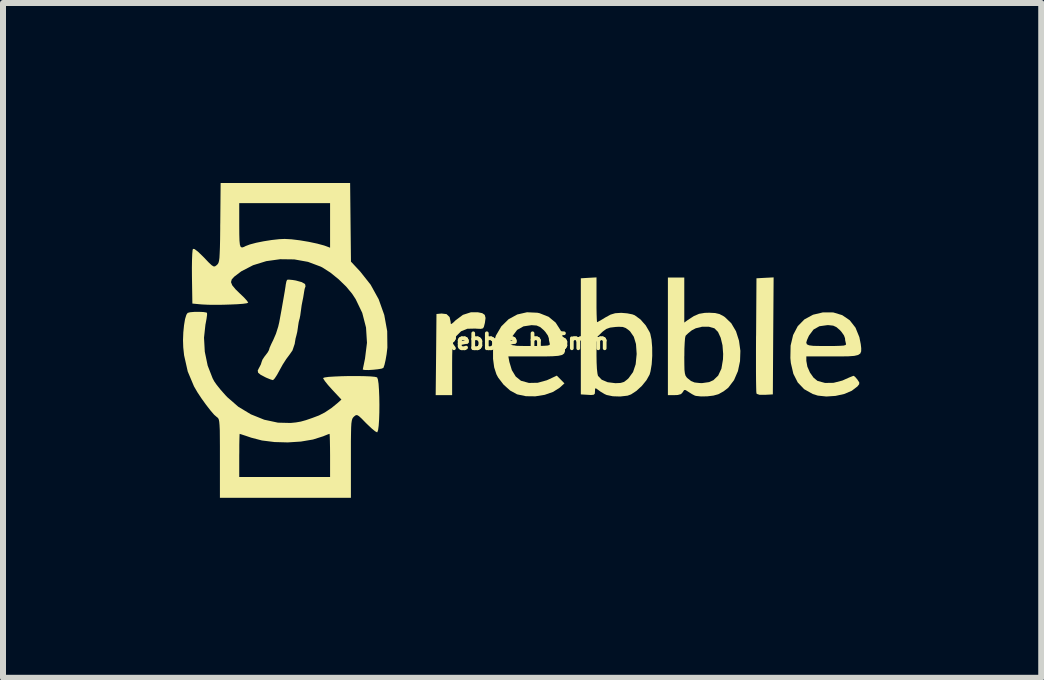
<source format=kicad_pcb>
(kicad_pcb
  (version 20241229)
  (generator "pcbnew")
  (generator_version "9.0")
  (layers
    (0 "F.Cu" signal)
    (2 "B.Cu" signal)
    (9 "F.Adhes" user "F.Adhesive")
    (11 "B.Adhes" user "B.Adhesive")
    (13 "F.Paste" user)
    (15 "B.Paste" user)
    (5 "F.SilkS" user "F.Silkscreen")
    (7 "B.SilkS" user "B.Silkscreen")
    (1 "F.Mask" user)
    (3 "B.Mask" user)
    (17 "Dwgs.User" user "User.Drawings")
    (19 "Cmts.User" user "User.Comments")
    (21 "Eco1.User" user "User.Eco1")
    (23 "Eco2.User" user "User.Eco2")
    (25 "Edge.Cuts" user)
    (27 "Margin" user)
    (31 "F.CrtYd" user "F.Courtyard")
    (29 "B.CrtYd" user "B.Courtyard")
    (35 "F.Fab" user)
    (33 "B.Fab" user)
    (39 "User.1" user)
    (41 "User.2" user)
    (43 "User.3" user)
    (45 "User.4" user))
  (footprint "Rebble_h_6mm"
    (layer "F.Cu")
    (at 5.7 2.642)
    (property "Reference" "Rebble_h_6mm" (at 0 0 0) (layer "F.SilkS") (effects (font (size 0.25 0.25) (thickness 0.062))))
    (attr board_only exclude_from_pos_files exclude_from_bom)
    (fp_poly (pts (xy 4.136 -0.094) (xy 4.13 0.881) (xy 3.999 0.888) (xy 3.91 0.888) (xy 3.864 0.873) (xy 3.857 0.863) (xy 3.854 0.832) (xy 3.852 0.757) (xy 3.85 0.643) (xy 3.849 0.496) (xy 3.849 0.323) (xy 3.849 0.128) (xy 3.85 -0.082) (xy 3.851 -0.112) (xy 3.857 -1.054) (xy 4 -1.062) (xy 4.143 -1.069)) (stroke (width 0) (type solid)) (fill yes) (layer "F.SilkS"))
    (fp_poly (pts (xy -0.713 -0.473) (xy -0.671 -0.444) (xy -0.658 -0.393) (xy -0.669 -0.31) (xy -0.686 -0.244) (xy -0.701 -0.22) (xy -0.737 -0.211) (xy -0.806 -0.214) (xy -0.827 -0.216) (xy -0.961 -0.213) (xy -1.066 -0.171) (xy -1.149 -0.088) (xy -1.163 -0.066) (xy -1.182 -0.032) (xy -1.196 0.006) (xy -1.205 0.056) (xy -1.211 0.126) (xy -1.214 0.224) (xy -1.215 0.359) (xy -1.215 0.456) (xy -1.215 0.893) (xy -1.352 0.893) (xy -1.489 0.893) (xy -1.482 0.217) (xy -1.476 -0.459) (xy -1.39 -0.467) (xy -1.308 -0.457) (xy -1.257 -0.408) (xy -1.24 -0.329) (xy -1.238 -0.297) (xy -1.225 -0.293) (xy -1.193 -0.319) (xy -1.155 -0.356) (xy -1.035 -0.445) (xy -0.901 -0.488) (xy -0.787 -0.488)) (stroke (width 0) (type solid)) (fill yes) (layer "F.SilkS"))
    (fp_poly (pts (xy -3.873 -1.026) (xy -3.819 -1.017) (xy -3.721 -0.99) (xy -3.666 -0.958) (xy -3.658 -0.92) (xy -3.661 -0.913) (xy -3.673 -0.877) (xy -3.684 -0.817) (xy -3.684 -0.813) (xy -3.697 -0.734) (xy -3.71 -0.67) (xy -3.723 -0.603) (xy -3.734 -0.521) (xy -3.736 -0.508) (xy -3.746 -0.435) (xy -3.757 -0.38) (xy -3.76 -0.372) (xy -3.772 -0.324) (xy -3.783 -0.253) (xy -3.785 -0.236) (xy -3.796 -0.162) (xy -3.809 -0.107) (xy -3.811 -0.099) (xy -3.824 -0.051) (xy -3.836 0.02) (xy -3.838 0.037) (xy -3.876 0.149) (xy -3.928 0.223) (xy -3.979 0.291) (xy -4.038 0.383) (xy -4.09 0.477) (xy -4.134 0.557) (xy -4.173 0.616) (xy -4.199 0.642) (xy -4.202 0.643) (xy -4.24 0.632) (xy -4.302 0.607) (xy -4.324 0.597) (xy -4.406 0.554) (xy -4.448 0.52) (xy -4.455 0.483) (xy -4.432 0.437) (xy -4.431 0.436) (xy -4.402 0.38) (xy -4.39 0.34) (xy -4.375 0.3) (xy -4.338 0.245) (xy -4.328 0.233) (xy -4.288 0.18) (xy -4.267 0.141) (xy -4.266 0.136) (xy -4.256 0.102) (xy -4.228 0.039) (xy -4.196 -0.026) (xy -4.151 -0.13) (xy -4.113 -0.25) (xy -4.096 -0.323) (xy -4.058 -0.53) (xy -4.028 -0.702) (xy -4.005 -0.834) (xy -3.991 -0.923) (xy -3.988 -0.948) (xy -3.977 -1.002) (xy -3.965 -1.029) (xy -3.936 -1.032)) (stroke (width 0) (type solid)) (fill yes) (layer "F.SilkS"))
    (fp_poly (pts (xy 0.206 -0.48) (xy 0.243 -0.472) (xy 0.392 -0.413) (xy 0.51 -0.316) (xy 0.596 -0.182) (xy 0.65 -0.011) (xy 0.659 0.047) (xy 0.667 0.114) (xy 0.666 0.164) (xy 0.651 0.2) (xy 0.616 0.224) (xy 0.554 0.238) (xy 0.46 0.245) (xy 0.328 0.248) (xy 0.168 0.248) (xy -0.278 0.248) (xy -0.261 0.34) (xy -0.22 0.476) (xy -0.155 0.583) (xy -0.071 0.651) (xy -0.066 0.654) (xy 0.065 0.69) (xy 0.212 0.687) (xy 0.364 0.645) (xy 0.395 0.631) (xy 0.53 0.568) (xy 0.594 0.633) (xy 0.657 0.697) (xy 0.578 0.769) (xy 0.468 0.839) (xy 0.328 0.888) (xy 0.172 0.913) (xy 0.015 0.911) (xy -0.128 0.881) (xy -0.136 0.878) (xy -0.249 0.816) (xy -0.357 0.719) (xy -0.448 0.6) (xy -0.477 0.546) (xy -0.514 0.431) (xy -0.533 0.289) (xy -0.533 0.137) (xy -0.517 0.017) (xy -0.249 0.017) (xy -0.24 0.046) (xy -0.203 0.063) (xy -0.132 0.072) (xy -0.022 0.074) (xy 0.089 0.074) (xy 0.225 0.074) (xy 0.318 0.071) (xy 0.376 0.067) (xy 0.406 0.058) (xy 0.414 0.045) (xy 0.412 0.035) (xy 0.399 -0.023) (xy 0.397 -0.054) (xy 0.38 -0.101) (xy 0.338 -0.161) (xy 0.313 -0.189) (xy 0.251 -0.242) (xy 0.193 -0.267) (xy 0.112 -0.273) (xy 0.108 -0.273) (xy -0.026 -0.253) (xy -0.131 -0.194) (xy -0.204 -0.097) (xy -0.207 -0.092) (xy -0.236 -0.028) (xy -0.249 0.017) (xy -0.517 0.017) (xy -0.515 -0.004) (xy -0.485 -0.1) (xy -0.395 -0.253) (xy -0.274 -0.372) (xy -0.129 -0.451) (xy 0.033 -0.488)) (stroke (width 0) (type solid)) (fill yes) (layer "F.SilkS"))
    (fp_poly (pts (xy 2.654 -0.692) (xy 2.654 -0.316) (xy 2.71 -0.357) (xy 2.813 -0.424) (xy 2.901 -0.462) (xy 2.996 -0.478) (xy 3.071 -0.48) (xy 3.169 -0.475) (xy 3.241 -0.458) (xy 3.309 -0.422) (xy 3.331 -0.407) (xy 3.437 -0.305) (xy 3.516 -0.171) (xy 3.566 -0.014) (xy 3.589 0.155) (xy 3.583 0.327) (xy 3.548 0.493) (xy 3.483 0.643) (xy 3.389 0.767) (xy 3.382 0.774) (xy 3.309 0.83) (xy 3.226 0.876) (xy 3.219 0.879) (xy 3.139 0.901) (xy 3.037 0.913) (xy 2.932 0.915) (xy 2.848 0.906) (xy 2.828 0.9) (xy 2.782 0.876) (xy 2.724 0.839) (xy 2.677 0.809) (xy 2.652 0.808) (xy 2.632 0.838) (xy 2.63 0.843) (xy 2.599 0.876) (xy 2.544 0.891) (xy 2.492 0.893) (xy 2.381 0.893) (xy 2.381 0.25) (xy 2.654 0.25) (xy 2.655 0.38) (xy 2.657 0.471) (xy 2.664 0.53) (xy 2.675 0.569) (xy 2.693 0.596) (xy 2.71 0.613) (xy 2.767 0.658) (xy 2.825 0.682) (xy 2.904 0.691) (xy 2.949 0.693) (xy 3.068 0.676) (xy 3.139 0.644) (xy 3.219 0.567) (xy 3.273 0.452) (xy 3.299 0.297) (xy 3.302 0.207) (xy 3.291 0.063) (xy 3.261 -0.062) (xy 3.216 -0.16) (xy 3.158 -0.219) (xy 3.154 -0.221) (xy 3.063 -0.247) (xy 2.952 -0.247) (xy 2.845 -0.221) (xy 2.778 -0.186) (xy 2.721 -0.14) (xy 2.68 -0.101) (xy 2.675 -0.093) (xy 2.667 -0.058) (xy 2.661 0.017) (xy 2.656 0.12) (xy 2.655 0.241) (xy 2.654 0.25) (xy 2.381 0.25) (xy 2.381 -0.087) (xy 2.381 -1.067) (xy 2.518 -1.067) (xy 2.654 -1.067)) (stroke (width 0) (type solid)) (fill yes) (layer "F.SilkS"))
    (fp_poly (pts (xy 5.137 -0.485) (xy 5.286 -0.44) (xy 5.411 -0.355) (xy 5.507 -0.232) (xy 5.572 -0.073) (xy 5.595 0.043) (xy 5.603 0.112) (xy 5.602 0.164) (xy 5.587 0.2) (xy 5.551 0.224) (xy 5.488 0.239) (xy 5.392 0.246) (xy 5.258 0.248) (xy 5.119 0.248) (xy 4.688 0.248) (xy 4.688 0.322) (xy 4.705 0.418) (xy 4.749 0.518) (xy 4.81 0.604) (xy 4.876 0.657) (xy 5 0.69) (xy 5.142 0.688) (xy 5.289 0.65) (xy 5.329 0.632) (xy 5.403 0.599) (xy 5.458 0.577) (xy 5.478 0.571) (xy 5.502 0.59) (xy 5.539 0.633) (xy 5.54 0.635) (xy 5.57 0.681) (xy 5.569 0.711) (xy 5.54 0.748) (xy 5.446 0.82) (xy 5.32 0.874) (xy 5.174 0.906) (xy 5.022 0.916) (xy 4.879 0.901) (xy 4.794 0.874) (xy 4.652 0.794) (xy 4.545 0.682) (xy 4.472 0.538) (xy 4.43 0.358) (xy 4.422 0.275) (xy 4.426 0.068) (xy 4.438 0.017) (xy 4.687 0.017) (xy 4.697 0.046) (xy 4.734 0.063) (xy 4.805 0.072) (xy 4.915 0.074) (xy 5.026 0.074) (xy 5.161 0.074) (xy 5.255 0.071) (xy 5.312 0.067) (xy 5.342 0.058) (xy 5.35 0.045) (xy 5.348 0.035) (xy 5.335 -0.023) (xy 5.333 -0.054) (xy 5.316 -0.101) (xy 5.274 -0.161) (xy 5.249 -0.189) (xy 5.19 -0.24) (xy 5.136 -0.265) (xy 5.062 -0.273) (xy 5.035 -0.273) (xy 4.906 -0.255) (xy 4.808 -0.2) (xy 4.736 -0.104) (xy 4.728 -0.09) (xy 4.7 -0.027) (xy 4.687 0.017) (xy 4.438 0.017) (xy 4.468 -0.109) (xy 4.545 -0.256) (xy 4.656 -0.369) (xy 4.8 -0.447) (xy 4.965 -0.486)) (stroke (width 0) (type solid)) (fill yes) (layer "F.SilkS"))
    (fp_poly (pts (xy 1.191 -0.696) (xy 1.191 -0.566) (xy 1.193 -0.456) (xy 1.196 -0.374) (xy 1.199 -0.329) (xy 1.201 -0.322) (xy 1.226 -0.335) (xy 1.281 -0.366) (xy 1.338 -0.401) (xy 1.426 -0.449) (xy 1.503 -0.472) (xy 1.597 -0.478) (xy 1.609 -0.478) (xy 1.703 -0.47) (xy 1.789 -0.453) (xy 1.828 -0.438) (xy 1.924 -0.368) (xy 2.012 -0.268) (xy 2.076 -0.158) (xy 2.087 -0.132) (xy 2.108 -0.033) (xy 2.119 0.096) (xy 2.12 0.24) (xy 2.111 0.379) (xy 2.091 0.498) (xy 2.076 0.551) (xy 2.024 0.644) (xy 1.947 0.739) (xy 1.857 0.822) (xy 1.767 0.881) (xy 1.709 0.902) (xy 1.586 0.916) (xy 1.463 0.912) (xy 1.361 0.891) (xy 1.327 0.876) (xy 1.261 0.837) (xy 1.209 0.799) (xy 1.178 0.777) (xy 1.167 0.792) (xy 1.166 0.828) (xy 1.163 0.869) (xy 1.144 0.887) (xy 1.098 0.891) (xy 1.048 0.888) (xy 0.93 0.881) (xy 0.93 -0.065) (xy 1.191 -0.065) (xy 1.191 0.23) (xy 1.193 0.35) (xy 1.198 0.455) (xy 1.207 0.533) (xy 1.216 0.572) (xy 1.278 0.636) (xy 1.377 0.678) (xy 1.507 0.694) (xy 1.509 0.694) (xy 1.593 0.69) (xy 1.65 0.673) (xy 1.701 0.634) (xy 1.724 0.613) (xy 1.8 0.509) (xy 1.844 0.378) (xy 1.86 0.213) (xy 1.86 0.198) (xy 1.849 0.041) (xy 1.813 -0.079) (xy 1.751 -0.169) (xy 1.731 -0.187) (xy 1.679 -0.225) (xy 1.629 -0.243) (xy 1.561 -0.246) (xy 1.508 -0.243) (xy 1.417 -0.232) (xy 1.353 -0.209) (xy 1.295 -0.166) (xy 1.277 -0.149) (xy 1.191 -0.065) (xy 0.93 -0.065) (xy 0.93 -0.087) (xy 0.93 -1.054) (xy 1.06 -1.062) (xy 1.191 -1.069)) (stroke (width 0) (type solid)) (fill yes) (layer "F.SilkS"))
    (fp_poly (pts (xy -2.908 -1.987) (xy -2.901 -1.332) (xy -2.747 -1.167) (xy -2.573 -0.947) (xy -2.439 -0.704) (xy -2.346 -0.443) (xy -2.297 -0.173) (xy -2.294 0.1) (xy -2.307 0.211) (xy -2.324 0.308) (xy -2.342 0.387) (xy -2.359 0.435) (xy -2.362 0.44) (xy -2.392 0.452) (xy -2.453 0.462) (xy -2.53 0.47) (xy -2.607 0.475) (xy -2.67 0.474) (xy -2.702 0.468) (xy -2.704 0.465) (xy -2.699 0.44) (xy -2.686 0.378) (xy -2.669 0.294) (xy -2.667 0.285) (xy -2.634 0.021) (xy -2.65 -0.234) (xy -2.713 -0.478) (xy -2.823 -0.707) (xy -2.882 -0.797) (xy -2.982 -0.917) (xy -3.108 -1.039) (xy -3.244 -1.149) (xy -3.375 -1.233) (xy -3.404 -1.248) (xy -3.617 -1.328) (xy -3.846 -1.369) (xy -4.081 -1.372) (xy -4.312 -1.34) (xy -4.532 -1.272) (xy -4.729 -1.17) (xy -4.845 -1.082) (xy -4.888 -1.035) (xy -4.9 -0.99) (xy -4.88 -0.938) (xy -4.825 -0.871) (xy -4.749 -0.797) (xy -4.683 -0.734) (xy -4.635 -0.681) (xy -4.614 -0.65) (xy -4.614 -0.648) (xy -4.637 -0.638) (xy -4.7 -0.629) (xy -4.794 -0.622) (xy -4.908 -0.617) (xy -5.033 -0.613) (xy -5.16 -0.612) (xy -5.279 -0.613) (xy -5.38 -0.618) (xy -5.407 -0.62) (xy -5.544 -0.633) (xy -5.551 -1.077) (xy -5.552 -1.23) (xy -5.55 -1.36) (xy -5.546 -1.461) (xy -5.54 -1.525) (xy -5.534 -1.545) (xy -5.506 -1.54) (xy -5.451 -1.498) (xy -5.374 -1.424) (xy -5.349 -1.399) (xy -5.274 -1.32) (xy -5.224 -1.273) (xy -5.191 -1.252) (xy -5.168 -1.252) (xy -5.144 -1.269) (xy -5.137 -1.275) (xy -5.121 -1.291) (xy -5.109 -1.312) (xy -5.1 -1.344) (xy -5.093 -1.393) (xy -5.089 -1.465) (xy -5.085 -1.565) (xy -5.082 -1.7) (xy -5.08 -1.875) (xy -5.08 -1.935) (xy -4.763 -1.935) (xy -4.762 -1.786) (xy -4.759 -1.681) (xy -4.752 -1.614) (xy -4.739 -1.578) (xy -4.717 -1.567) (xy -4.686 -1.576) (xy -4.655 -1.592) (xy -4.586 -1.618) (xy -4.481 -1.646) (xy -4.356 -1.671) (xy -4.223 -1.692) (xy -4.097 -1.706) (xy -4.006 -1.71) (xy -3.893 -1.704) (xy -3.754 -1.687) (xy -3.605 -1.662) (xy -3.464 -1.632) (xy -3.349 -1.601) (xy -3.318 -1.59) (xy -3.249 -1.564) (xy -3.249 -1.935) (xy -3.249 -2.307) (xy -4.006 -2.307) (xy -4.763 -2.307) (xy -4.763 -1.935) (xy -5.08 -1.935) (xy -5.079 -1.982) (xy -5.073 -2.642) (xy -3.994 -2.642) (xy -2.915 -2.642)) (stroke (width 0) (type solid)) (fill yes) (layer "F.SilkS"))
    (fp_poly (pts (xy -5.362 -0.492) (xy -5.312 -0.484) (xy -5.3 -0.477) (xy -5.299 -0.446) (xy -5.308 -0.379) (xy -5.324 -0.292) (xy -5.326 -0.285) (xy -5.35 -0.064) (xy -5.337 0.17) (xy -5.289 0.401) (xy -5.207 0.612) (xy -5.18 0.663) (xy -5.138 0.723) (xy -5.073 0.804) (xy -4.995 0.892) (xy -4.963 0.926) (xy -4.778 1.087) (xy -4.569 1.213) (xy -4.346 1.303) (xy -4.117 1.352) (xy -3.907 1.357) (xy -3.818 1.348) (xy -3.737 1.334) (xy -3.651 1.31) (xy -3.544 1.273) (xy -3.435 1.232) (xy -3.337 1.182) (xy -3.226 1.108) (xy -3.124 1.025) (xy -3.06 0.967) (xy -3.216 0.8) (xy -3.284 0.724) (xy -3.335 0.66) (xy -3.362 0.618) (xy -3.365 0.608) (xy -3.338 0.598) (xy -3.272 0.589) (xy -3.175 0.583) (xy -3.058 0.578) (xy -2.93 0.575) (xy -2.8 0.575) (xy -2.68 0.577) (xy -2.577 0.581) (xy -2.503 0.588) (xy -2.466 0.597) (xy -2.465 0.598) (xy -2.452 0.632) (xy -2.441 0.704) (xy -2.434 0.804) (xy -2.429 0.924) (xy -2.427 1.053) (xy -2.428 1.182) (xy -2.432 1.301) (xy -2.439 1.402) (xy -2.449 1.476) (xy -2.462 1.511) (xy -2.466 1.513) (xy -2.498 1.496) (xy -2.553 1.451) (xy -2.622 1.386) (xy -2.65 1.359) (xy -2.722 1.285) (xy -2.769 1.242) (xy -2.8 1.225) (xy -2.823 1.229) (xy -2.849 1.249) (xy -2.851 1.251) (xy -2.866 1.267) (xy -2.878 1.287) (xy -2.887 1.318) (xy -2.894 1.365) (xy -2.898 1.434) (xy -2.9 1.532) (xy -2.902 1.663) (xy -2.902 1.836) (xy -2.902 1.951) (xy -2.902 2.604) (xy -3.994 2.604) (xy -5.085 2.604) (xy -5.085 1.947) (xy -5.085 1.898) (xy -4.763 1.898) (xy -4.763 2.257) (xy -4.006 2.257) (xy -3.249 2.257) (xy -3.249 1.898) (xy -3.25 1.77) (xy -3.252 1.663) (xy -3.254 1.584) (xy -3.257 1.542) (xy -3.259 1.538) (xy -3.285 1.547) (xy -3.34 1.569) (xy -3.364 1.579) (xy -3.534 1.633) (xy -3.736 1.667) (xy -3.954 1.681) (xy -4.175 1.675) (xy -4.384 1.649) (xy -4.564 1.602) (xy -4.652 1.572) (xy -4.719 1.55) (xy -4.754 1.539) (xy -4.756 1.538) (xy -4.758 1.561) (xy -4.76 1.626) (xy -4.762 1.722) (xy -4.762 1.842) (xy -4.763 1.898) (xy -5.085 1.898) (xy -5.085 1.75) (xy -5.086 1.596) (xy -5.087 1.48) (xy -5.091 1.396) (xy -5.096 1.339) (xy -5.103 1.302) (xy -5.113 1.28) (xy -5.126 1.266) (xy -5.136 1.259) (xy -5.181 1.22) (xy -5.243 1.148) (xy -5.315 1.055) (xy -5.39 0.951) (xy -5.459 0.847) (xy -5.514 0.752) (xy -5.517 0.747) (xy -5.621 0.5) (xy -5.682 0.229) (xy -5.696 0.098) (xy -5.7 -0.025) (xy -5.695 -0.152) (xy -5.683 -0.272) (xy -5.666 -0.374) (xy -5.644 -0.446) (xy -5.623 -0.477) (xy -5.583 -0.488) (xy -5.515 -0.494) (xy -5.436 -0.495)) (stroke (width 0) (type solid)) (fill yes) (layer "F.SilkS")))
  (gr_rect
    (start -3 -3)
    (end 14.303 8.246)
    (stroke (width 0.1) (type default))
    (fill no)
    (layer "Edge.Cuts")))
</source>
